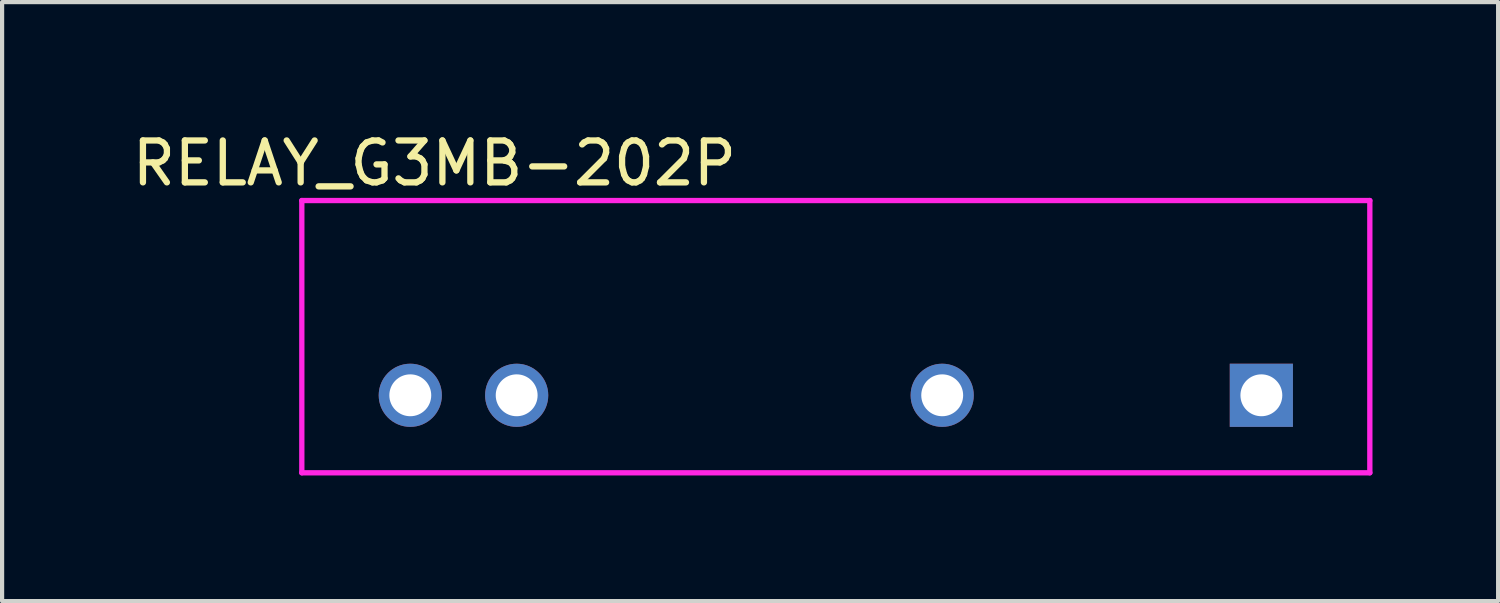
<source format=kicad_pcb>
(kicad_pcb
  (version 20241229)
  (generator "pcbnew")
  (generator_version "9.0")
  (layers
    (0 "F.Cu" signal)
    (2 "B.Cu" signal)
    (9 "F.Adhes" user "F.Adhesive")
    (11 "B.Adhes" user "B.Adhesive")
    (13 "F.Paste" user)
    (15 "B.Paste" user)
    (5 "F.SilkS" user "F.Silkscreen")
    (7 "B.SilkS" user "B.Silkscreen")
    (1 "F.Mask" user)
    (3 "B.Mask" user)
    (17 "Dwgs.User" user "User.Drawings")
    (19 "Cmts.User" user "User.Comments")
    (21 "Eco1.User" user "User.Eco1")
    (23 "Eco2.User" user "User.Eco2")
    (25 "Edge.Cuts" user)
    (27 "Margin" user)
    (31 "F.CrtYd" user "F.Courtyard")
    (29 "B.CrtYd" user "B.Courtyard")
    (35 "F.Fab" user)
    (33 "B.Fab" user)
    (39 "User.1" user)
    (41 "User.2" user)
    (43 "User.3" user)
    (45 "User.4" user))
  (footprint "RELAY_G3MB-202P"
    (layer "F.Cu")
    (at 16.906 4.988)
    (property "Reference" "RELAY_G3MB-202P" (at -9.584 -4.139 0) (layer "F.SilkS") (effects (font (size 1.001 1.001) (thickness 0.15))))
    (attr through_hole)
    (fp_line (start -12.75 -3.25) (end 12.75 -3.25) (stroke (width 0.127) (type solid)) (layer "F.CrtYd"))
    (fp_line (start -12.75 3.25) (end -12.75 -3.25) (stroke (width 0.127) (type solid)) (layer "F.CrtYd"))
    (fp_line (start 12.75 -3.25) (end 12.75 3.25) (stroke (width 0.127) (type solid)) (layer "F.CrtYd"))
    (fp_line (start 12.75 3.25) (end -12.75 3.25) (stroke (width 0.127) (type solid)) (layer "F.CrtYd"))
    (pad "1" thru_hole rect (at 10.16 1.4) (size 1.508 1.508) (drill 1) (layers "*.Cu" "*.Mask"))
    (pad "2" thru_hole circle (at 2.54 1.4) (size 1.508 1.508) (drill 1) (layers "*.Cu" "*.Mask"))
    (pad "3" thru_hole circle (at -7.62 1.4) (size 1.508 1.508) (drill 1) (layers "*.Cu" "*.Mask"))
    (pad "4" thru_hole circle (at -10.16 1.4) (size 1.508 1.508) (drill 1) (layers "*.Cu" "*.Mask")))
  (gr_rect
    (start -3 -3)
    (end 32.719 11.301)
    (stroke (width 0.1) (type default))
    (fill no)
    (layer "Edge.Cuts")))
</source>
